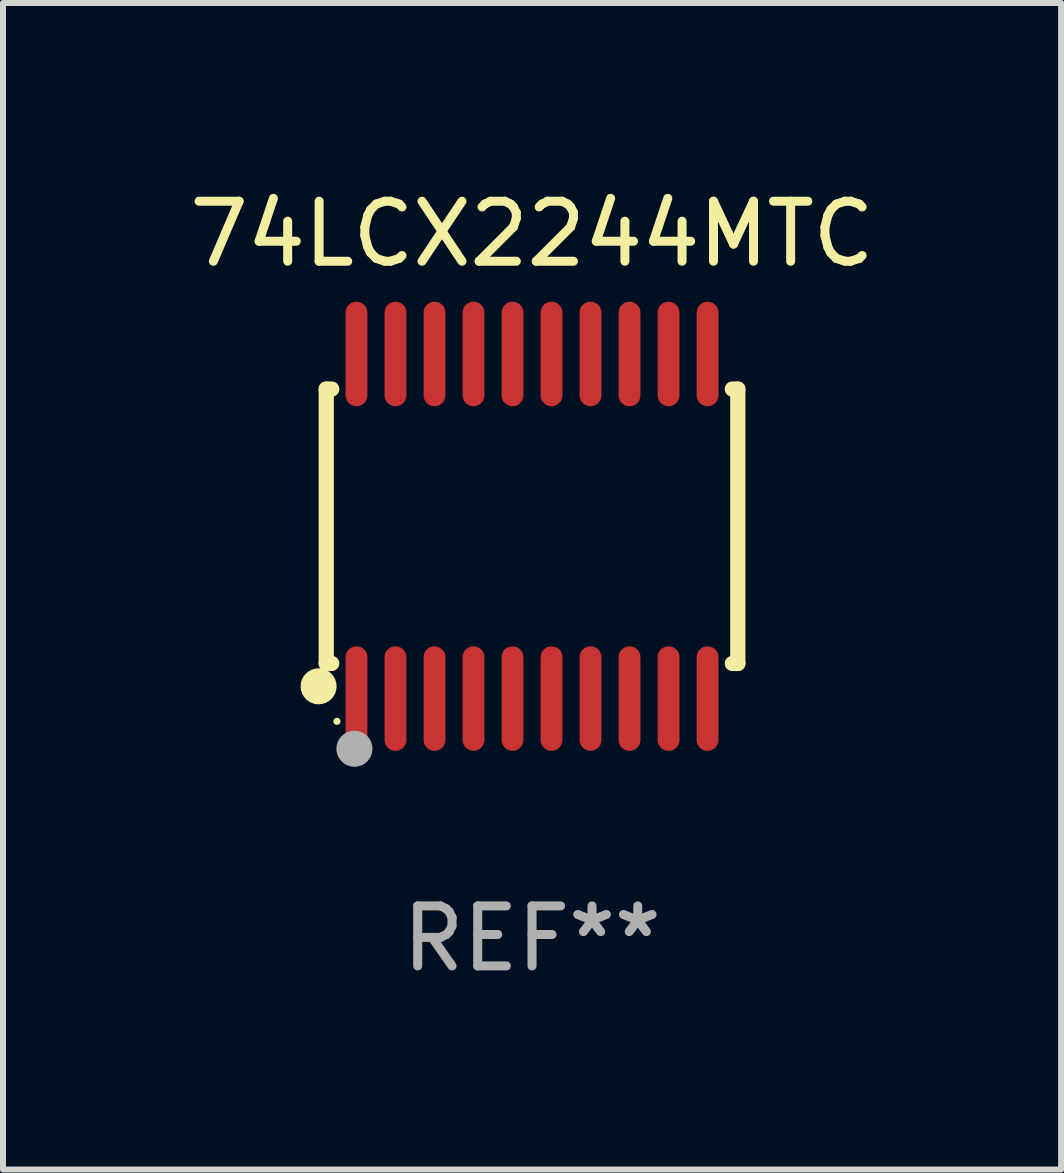
<source format=kicad_pcb>
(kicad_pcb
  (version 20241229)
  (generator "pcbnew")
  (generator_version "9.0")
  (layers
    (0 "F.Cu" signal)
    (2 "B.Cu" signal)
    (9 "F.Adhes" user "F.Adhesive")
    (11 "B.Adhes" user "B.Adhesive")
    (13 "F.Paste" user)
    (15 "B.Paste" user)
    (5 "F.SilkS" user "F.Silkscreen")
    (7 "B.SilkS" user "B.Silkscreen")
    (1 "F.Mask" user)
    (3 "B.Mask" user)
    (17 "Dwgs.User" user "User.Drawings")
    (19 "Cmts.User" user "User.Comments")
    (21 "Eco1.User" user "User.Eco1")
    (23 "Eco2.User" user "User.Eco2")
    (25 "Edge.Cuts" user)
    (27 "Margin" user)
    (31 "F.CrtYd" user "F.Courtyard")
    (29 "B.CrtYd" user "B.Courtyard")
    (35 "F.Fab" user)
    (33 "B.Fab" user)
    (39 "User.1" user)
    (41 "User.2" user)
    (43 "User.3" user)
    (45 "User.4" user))
  (footprint "74LCX2244MTC"
    (layer "F.Cu")
    (at 5.815 5.719)
    (property "Reference" "74LCX2244MTC" (at 0 -4.871 0) (layer "F.SilkS") (effects (font (size 1 1) (thickness 0.15))))
    (attr through_hole)
    (fp_line (start -3.429 -2.286) (end -3.429 2.286) (stroke (width 0.254) (type solid)) (layer "F.SilkS"))
    (fp_line (start -3.429 2.286) (end -3.338 2.286) (stroke (width 0.254) (type solid)) (layer "F.SilkS"))
    (fp_line (start -3.338 -2.286) (end -3.429 -2.286) (stroke (width 0.254) (type solid)) (layer "F.SilkS"))
    (fp_line (start 3.338 -2.286) (end 3.429 -2.286) (stroke (width 0.254) (type solid)) (layer "F.SilkS"))
    (fp_line (start 3.429 -2.286) (end 3.429 2.286) (stroke (width 0.254) (type solid)) (layer "F.SilkS"))
    (fp_line (start 3.429 2.286) (end 3.338 2.286) (stroke (width 0.254) (type solid)) (layer "F.SilkS"))
    (fp_circle (center -3.556 2.667) (end -3.406 2.667) (stroke (width 0.3) (type solid)) (fill no) (layer "F.SilkS"))
    (fp_circle (center -3.25 3.25) (end -3.22 3.25) (stroke (width 0.06) (type solid)) (fill no) (layer "F.SilkS"))
    (fp_circle (center -2.959 3.707) (end -2.808 3.707) (stroke (width 0.3) (type solid)) (fill no) (layer "F.Fab"))
    (fp_text user "REF**" (at 0 6.871 0) (layer "F.Fab") (effects (font (size 1 1) (thickness 0.15))))
    (pad "1" smd oval (at -2.925 2.871) (size 0.364 1.742) (layers "F.Cu" "F.Mask" "F.Paste"))
    (pad "2" smd oval (at -2.275 2.871) (size 0.364 1.742) (layers "F.Cu" "F.Mask" "F.Paste"))
    (pad "3" smd oval (at -1.625 2.871) (size 0.364 1.742) (layers "F.Cu" "F.Mask" "F.Paste"))
    (pad "4" smd oval (at -0.975 2.871) (size 0.364 1.742) (layers "F.Cu" "F.Mask" "F.Paste"))
    (pad "5" smd oval (at -0.325 2.871) (size 0.364 1.742) (layers "F.Cu" "F.Mask" "F.Paste"))
    (pad "6" smd oval (at 0.325 2.871) (size 0.364 1.742) (layers "F.Cu" "F.Mask" "F.Paste"))
    (pad "7" smd oval (at 0.975 2.871) (size 0.364 1.742) (layers "F.Cu" "F.Mask" "F.Paste"))
    (pad "8" smd oval (at 1.625 2.871) (size 0.364 1.742) (layers "F.Cu" "F.Mask" "F.Paste"))
    (pad "9" smd oval (at 2.275 2.871) (size 0.364 1.742) (layers "F.Cu" "F.Mask" "F.Paste"))
    (pad "10" smd oval (at 2.925 2.871) (size 0.364 1.742) (layers "F.Cu" "F.Mask" "F.Paste"))
    (pad "11" smd oval (at 2.925 -2.871) (size 0.364 1.742) (layers "F.Cu" "F.Mask" "F.Paste"))
    (pad "12" smd oval (at 2.275 -2.871) (size 0.364 1.742) (layers "F.Cu" "F.Mask" "F.Paste"))
    (pad "13" smd oval (at 1.625 -2.871) (size 0.364 1.742) (layers "F.Cu" "F.Mask" "F.Paste"))
    (pad "14" smd oval (at 0.975 -2.871) (size 0.364 1.742) (layers "F.Cu" "F.Mask" "F.Paste"))
    (pad "15" smd oval (at 0.325 -2.871) (size 0.364 1.742) (layers "F.Cu" "F.Mask" "F.Paste"))
    (pad "16" smd oval (at -0.325 -2.871) (size 0.364 1.742) (layers "F.Cu" "F.Mask" "F.Paste"))
    (pad "17" smd oval (at -0.975 -2.871) (size 0.364 1.742) (layers "F.Cu" "F.Mask" "F.Paste"))
    (pad "18" smd oval (at -1.625 -2.871) (size 0.364 1.742) (layers "F.Cu" "F.Mask" "F.Paste"))
    (pad "19" smd oval (at -2.275 -2.871) (size 0.364 1.742) (layers "F.Cu" "F.Mask" "F.Paste"))
    (pad "20" smd oval (at -2.925 -2.871) (size 0.364 1.742) (layers "F.Cu" "F.Mask" "F.Paste")))
  (gr_rect
    (start -3 -3)
    (end 14.631 16.438)
    (stroke (width 0.1) (type default))
    (fill no)
    (layer "Edge.Cuts")))
</source>
